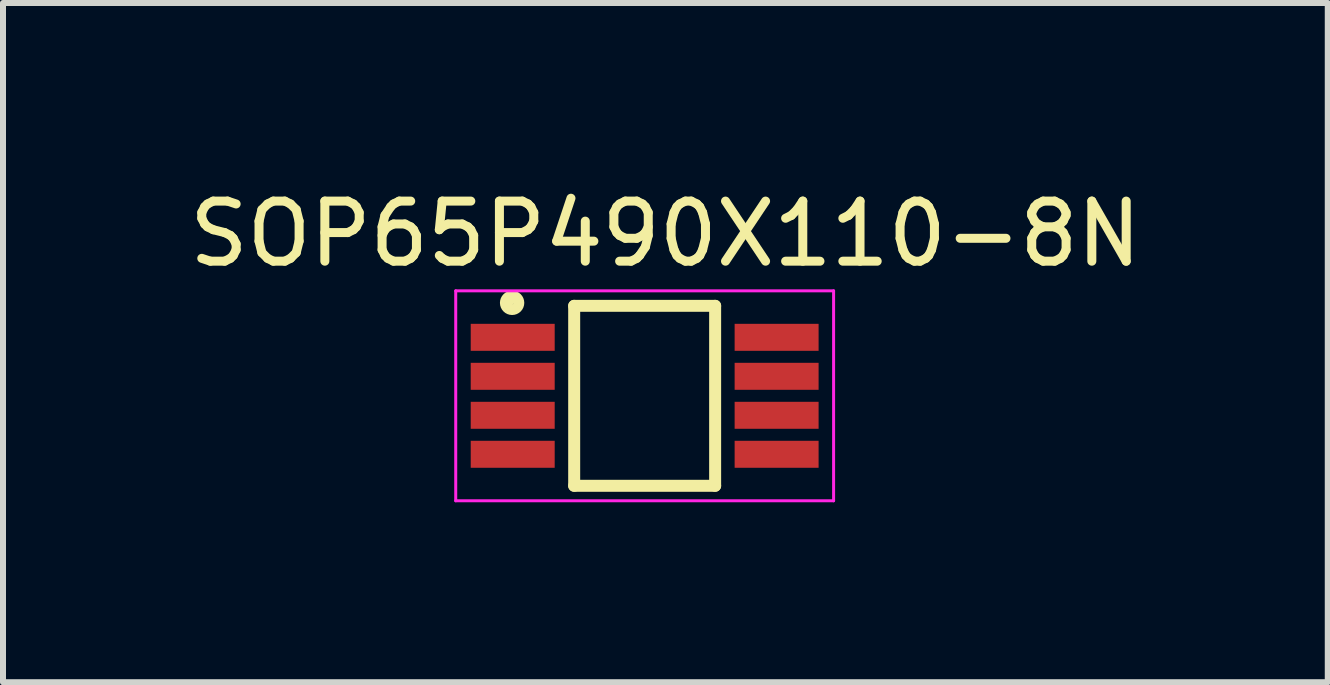
<source format=kicad_pcb>
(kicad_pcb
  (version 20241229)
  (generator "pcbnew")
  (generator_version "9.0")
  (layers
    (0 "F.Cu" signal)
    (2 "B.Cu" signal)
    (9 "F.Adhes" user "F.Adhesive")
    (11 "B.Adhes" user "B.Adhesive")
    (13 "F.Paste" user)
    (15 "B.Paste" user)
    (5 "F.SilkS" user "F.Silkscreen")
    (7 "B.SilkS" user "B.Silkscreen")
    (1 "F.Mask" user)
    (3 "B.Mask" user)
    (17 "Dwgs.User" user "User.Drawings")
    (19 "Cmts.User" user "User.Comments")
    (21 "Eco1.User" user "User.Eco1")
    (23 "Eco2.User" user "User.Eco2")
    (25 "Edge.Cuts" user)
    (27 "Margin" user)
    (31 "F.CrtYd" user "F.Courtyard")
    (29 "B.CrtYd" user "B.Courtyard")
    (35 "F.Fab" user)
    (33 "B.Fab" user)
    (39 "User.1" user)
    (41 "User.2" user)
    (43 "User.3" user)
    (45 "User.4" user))
  (footprint "SOP65P490X110-8N"
    (layer "F.Cu")
    (at 7.698 3.549)
    (property "Reference" "SOP65P490X110-8N" (at 0.346 -2.7 0) (layer "F.SilkS") (effects (font (size 1.002 1.002) (thickness 0.15))))
    (attr smd)
    (fp_line (start -1.175 -1.5) (end -1.175 1.5) (stroke (width 0.2) (type solid)) (layer "F.SilkS"))
    (fp_line (start -1.175 1.5) (end 1.175 1.5) (stroke (width 0.2) (type solid)) (layer "F.SilkS"))
    (fp_line (start 1.175 -1.5) (end -1.175 -1.5) (stroke (width 0.2) (type solid)) (layer "F.SilkS"))
    (fp_line (start 1.175 1.5) (end 1.175 -1.5) (stroke (width 0.2) (type solid)) (layer "F.SilkS"))
    (fp_circle (center -2.23 -1.57) (end -2.194 -1.57) (stroke (width 0.05) (type solid)) (fill no) (layer "F.SilkS"))
    (fp_circle (center -2.21 -1.55) (end -2.152 -1.55) (stroke (width 0.05) (type solid)) (fill no) (layer "F.SilkS"))
    (fp_circle (center -2.21 -1.55) (end -2.143 -1.55) (stroke (width 0.05) (type solid)) (fill no) (layer "F.SilkS"))
    (fp_circle (center -2.21 -1.55) (end -2.121 -1.55) (stroke (width 0.05) (type solid)) (fill no) (layer "F.SilkS"))
    (fp_circle (center -2.21 -1.55) (end -2.102 -1.55) (stroke (width 0.05) (type solid)) (fill no) (layer "F.SilkS"))
    (fp_circle (center -2.21 -1.55) (end -2.069 -1.55) (stroke (width 0.05) (type solid)) (fill no) (layer "F.SilkS"))
    (fp_circle (center -2.21 -1.55) (end -2.032 -1.55) (stroke (width 0.05) (type solid)) (fill no) (layer "F.SilkS"))
    (fp_circle (center -2.2 -1.54) (end -2.16 -1.54) (stroke (width 0.05) (type solid)) (fill no) (layer "F.SilkS"))
    (fp_line (start -3.15 -1.75) (end 3.15 -1.75) (stroke (width 0.05) (type solid)) (layer "F.CrtYd"))
    (fp_line (start -3.15 1.75) (end -3.15 -1.75) (stroke (width 0.05) (type solid)) (layer "F.CrtYd"))
    (fp_line (start 3.15 -1.75) (end 3.15 1.75) (stroke (width 0.05) (type solid)) (layer "F.CrtYd"))
    (fp_line (start 3.15 1.75) (end -3.15 1.75) (stroke (width 0.05) (type solid)) (layer "F.CrtYd"))
    (pad "1" smd rect (at -2.2 -0.975) (size 1.4 0.45) (layers "F.Cu" "F.Mask" "F.Paste"))
    (pad "2" smd rect (at -2.2 -0.325) (size 1.4 0.45) (layers "F.Cu" "F.Mask" "F.Paste"))
    (pad "3" smd rect (at -2.2 0.325) (size 1.4 0.45) (layers "F.Cu" "F.Mask" "F.Paste"))
    (pad "4" smd rect (at -2.2 0.975) (size 1.4 0.45) (layers "F.Cu" "F.Mask" "F.Paste"))
    (pad "5" smd rect (at 2.2 0.975) (size 1.4 0.45) (layers "F.Cu" "F.Mask" "F.Paste"))
    (pad "6" smd rect (at 2.2 0.325) (size 1.4 0.45) (layers "F.Cu" "F.Mask" "F.Paste"))
    (pad "7" smd rect (at 2.2 -0.325) (size 1.4 0.45) (layers "F.Cu" "F.Mask" "F.Paste"))
    (pad "8" smd rect (at 2.2 -0.975) (size 1.4 0.45) (layers "F.Cu" "F.Mask" "F.Paste")))
  (gr_rect
    (start -3 -3)
    (end 19.087 8.324)
    (stroke (width 0.1) (type default))
    (fill no)
    (layer "Edge.Cuts")))
</source>
